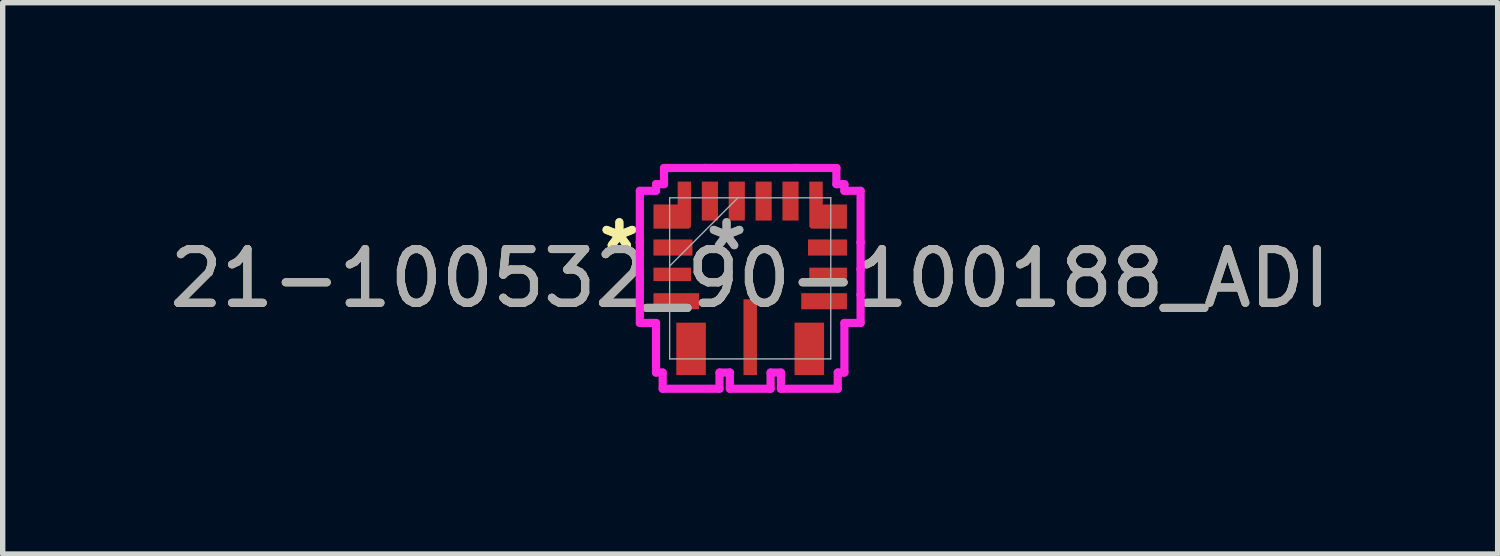
<source format=kicad_pcb>
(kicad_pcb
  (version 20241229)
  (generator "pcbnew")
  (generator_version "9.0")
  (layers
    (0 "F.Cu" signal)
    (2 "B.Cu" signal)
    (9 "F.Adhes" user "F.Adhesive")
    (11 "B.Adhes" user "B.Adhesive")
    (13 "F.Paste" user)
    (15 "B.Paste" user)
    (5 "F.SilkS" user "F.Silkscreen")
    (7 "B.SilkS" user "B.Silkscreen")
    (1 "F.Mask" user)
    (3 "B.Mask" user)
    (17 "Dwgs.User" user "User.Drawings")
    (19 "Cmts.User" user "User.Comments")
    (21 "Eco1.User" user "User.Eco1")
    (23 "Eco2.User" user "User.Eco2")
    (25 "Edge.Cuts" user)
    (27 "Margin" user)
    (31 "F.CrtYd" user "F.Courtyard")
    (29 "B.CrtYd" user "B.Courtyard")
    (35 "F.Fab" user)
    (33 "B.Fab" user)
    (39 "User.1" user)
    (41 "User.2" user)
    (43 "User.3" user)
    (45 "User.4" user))
  (footprint "21-100532_90-100188_ADI"
    (layer "F.Cu")
    (at 10.911 2.13)
    (property "Reference" "21-100532_90-100188_ADI" (at 0 0 0) (unlocked yes) (layer "F.SilkS") (effects (font (size 1 1) (thickness 0.15))))
    (attr smd)
    (fp_poly (pts (xy -1.1 -1.8) (xy -1.35 -1.8) (xy -1.35 -1.375) (xy -1.8 -1.375) (xy -1.8 -0.924) (xy -1.138 -0.924) (xy -1.1 -0.962)) (stroke (width 0) (type solid)) (fill yes) (layer "F.Cu"))
    (fp_poly (pts (xy 1.1 -1.8) (xy 1.35 -1.8) (xy 1.35 -1.375) (xy 1.8 -1.375) (xy 1.8 -0.924) (xy 1.138 -0.924) (xy 1.1 -0.962)) (stroke (width 0) (type solid)) (fill yes) (layer "F.Cu"))
    (fp_line (start -2.054 -1.629) (end -2.054 -0.67) (stroke (width 0.152) (type solid)) (layer "F.CrtYd"))
    (fp_line (start -2.054 -0.67) (end -2.054 -0.67) (stroke (width 0.152) (type solid)) (layer "F.CrtYd"))
    (fp_line (start -2.054 -0.67) (end -2.054 -0.453) (stroke (width 0.152) (type solid)) (layer "F.CrtYd"))
    (fp_line (start -2.054 -0.453) (end -2.054 -0.453) (stroke (width 0.152) (type solid)) (layer "F.CrtYd"))
    (fp_line (start -2.054 -0.453) (end -2.054 0.022) (stroke (width 0.152) (type solid)) (layer "F.CrtYd"))
    (fp_line (start -2.054 0.022) (end -2.054 0.022) (stroke (width 0.152) (type solid)) (layer "F.CrtYd"))
    (fp_line (start -2.054 0.022) (end -2.054 0.83) (stroke (width 0.152) (type solid)) (layer "F.CrtYd"))
    (fp_line (start -2.054 0.83) (end -1.753 0.83) (stroke (width 0.152) (type solid)) (layer "F.CrtYd"))
    (fp_line (start -1.753 -1.753) (end -1.753 -1.629) (stroke (width 0.152) (type solid)) (layer "F.CrtYd"))
    (fp_line (start -1.753 -1.629) (end -2.054 -1.629) (stroke (width 0.152) (type solid)) (layer "F.CrtYd"))
    (fp_line (start -1.753 0.83) (end -1.753 1.753) (stroke (width 0.152) (type solid)) (layer "F.CrtYd"))
    (fp_line (start -1.753 1.753) (end -1.629 1.753) (stroke (width 0.152) (type solid)) (layer "F.CrtYd"))
    (fp_line (start -1.629 1.753) (end -1.629 2.054) (stroke (width 0.152) (type solid)) (layer "F.CrtYd"))
    (fp_line (start -1.629 2.054) (end -0.571 2.054) (stroke (width 0.152) (type solid)) (layer "F.CrtYd"))
    (fp_line (start -1.604 -2.054) (end -1.604 -1.753) (stroke (width 0.152) (type solid)) (layer "F.CrtYd"))
    (fp_line (start -1.604 -1.753) (end -1.753 -1.753) (stroke (width 0.152) (type solid)) (layer "F.CrtYd"))
    (fp_line (start -0.846 -2.054) (end -0.846 -2.054) (stroke (width 0.152) (type solid)) (layer "F.CrtYd"))
    (fp_line (start -0.846 -2.054) (end -1.604 -2.054) (stroke (width 0.152) (type solid)) (layer "F.CrtYd"))
    (fp_line (start -0.571 1.753) (end -0.379 1.753) (stroke (width 0.152) (type solid)) (layer "F.CrtYd"))
    (fp_line (start -0.571 2.054) (end -0.571 1.753) (stroke (width 0.152) (type solid)) (layer "F.CrtYd"))
    (fp_line (start -0.379 1.753) (end -0.379 2.054) (stroke (width 0.152) (type solid)) (layer "F.CrtYd"))
    (fp_line (start -0.379 2.054) (end 0.379 2.054) (stroke (width 0.152) (type solid)) (layer "F.CrtYd"))
    (fp_line (start 0.379 1.753) (end 0.571 1.753) (stroke (width 0.152) (type solid)) (layer "F.CrtYd"))
    (fp_line (start 0.379 2.054) (end 0.379 1.753) (stroke (width 0.152) (type solid)) (layer "F.CrtYd"))
    (fp_line (start 0.571 1.753) (end 0.571 2.054) (stroke (width 0.152) (type solid)) (layer "F.CrtYd"))
    (fp_line (start 0.571 2.054) (end 1.629 2.054) (stroke (width 0.152) (type solid)) (layer "F.CrtYd"))
    (fp_line (start 0.846 -2.054) (end -0.846 -2.054) (stroke (width 0.152) (type solid)) (layer "F.CrtYd"))
    (fp_line (start 0.846 -2.054) (end 0.846 -2.054) (stroke (width 0.152) (type solid)) (layer "F.CrtYd"))
    (fp_line (start 1.604 -2.054) (end 0.846 -2.054) (stroke (width 0.152) (type solid)) (layer "F.CrtYd"))
    (fp_line (start 1.604 -1.753) (end 1.604 -2.054) (stroke (width 0.152) (type solid)) (layer "F.CrtYd"))
    (fp_line (start 1.629 1.753) (end 1.753 1.753) (stroke (width 0.152) (type solid)) (layer "F.CrtYd"))
    (fp_line (start 1.629 2.054) (end 1.629 1.753) (stroke (width 0.152) (type solid)) (layer "F.CrtYd"))
    (fp_line (start 1.753 -1.753) (end 1.604 -1.753) (stroke (width 0.152) (type solid)) (layer "F.CrtYd"))
    (fp_line (start 1.753 -1.629) (end 1.753 -1.753) (stroke (width 0.152) (type solid)) (layer "F.CrtYd"))
    (fp_line (start 1.753 0.83) (end 2.054 0.83) (stroke (width 0.152) (type solid)) (layer "F.CrtYd"))
    (fp_line (start 1.753 1.753) (end 1.753 0.83) (stroke (width 0.152) (type solid)) (layer "F.CrtYd"))
    (fp_line (start 2.054 -0.17) (end 2.054 -0.17) (stroke (width 0.152) (type solid)) (layer "F.CrtYd"))
    (fp_line (start 2.054 0.305) (end 2.054 -0.17) (stroke (width 0.152) (type solid)) (layer "F.CrtYd"))
    (fp_line (start 2.054 0.305) (end 2.054 0.305) (stroke (width 0.152) (type solid)) (layer "F.CrtYd"))
    (fp_line (start 2.054 0.83) (end 2.054 0.305) (stroke (width 0.152) (type solid)) (layer "F.CrtYd"))
    (fp_line (start 2.054 -0.67) (end 2.054 -0.67) (stroke (width 0.152) (type solid)) (layer "F.CrtYd"))
    (fp_line (start 2.054 -0.17) (end 2.054 -0.67) (stroke (width 0.152) (type solid)) (layer "F.CrtYd"))
    (fp_line (start 2.054 -1.629) (end 1.753 -1.629) (stroke (width 0.152) (type solid)) (layer "F.CrtYd"))
    (fp_line (start 2.054 -0.67) (end 2.054 -1.629) (stroke (width 0.152) (type solid)) (layer "F.CrtYd"))
    (fp_line (start -1.499 -1.499) (end -1.499 1.499) (stroke (width 0.025) (type solid)) (layer "F.Fab"))
    (fp_line (start -1.499 -0.229) (end -0.229 -1.499) (stroke (width 0.025) (type solid)) (layer "F.Fab"))
    (fp_line (start -1.499 1.499) (end 1.499 1.499) (stroke (width 0.025) (type solid)) (layer "F.Fab"))
    (fp_line (start 1.499 -1.499) (end -1.499 -1.499) (stroke (width 0.025) (type solid)) (layer "F.Fab"))
    (fp_line (start 1.499 1.499) (end 1.499 -1.499) (stroke (width 0.025) (type solid)) (layer "F.Fab"))
    (fp_text user "*" (at -2.435 -0.5 0) (layer "F.SilkS") (effects (font (size 1 1) (thickness 0.15))))
    (fp_text user "*" (at -2.435 -0.5 0) (unlocked yes) (layer "F.SilkS") (effects (font (size 1 1) (thickness 0.15))))
    (fp_text user "${REFERENCE}" (at 0 0 0) (unlocked yes) (layer "F.Fab") (effects (font (size 1 1) (thickness 0.15))))
    (fp_text user "*" (at -0.44 -0.5 0) (layer "F.Fab") (effects (font (size 1 1) (thickness 0.15))))
    (fp_text user "*" (at -0.44 -0.5 0) (unlocked yes) (layer "F.Fab") (effects (font (size 1 1) (thickness 0.15))))
    (pad "1" smd rect (at -1.438 -0.574) (size 0.725 0.3) (layers "F.Cu" "F.Mask" "F.Paste"))
    (pad "2" smd rect (at -1.45 -0.074) (size 0.7 0.25) (layers "F.Cu" "F.Mask" "F.Paste"))
    (pad "3" smd rect (at -1.375 0.426) (size 0.85 0.3) (layers "F.Cu" "F.Mask" "F.Paste"))
    (pad "4" smd rect (at -1.1 1.312) (size 0.55 0.975) (layers "F.Cu" "F.Mask" "F.Paste"))
    (pad "5" smd rect (at 0 1.095 90) (size 1.41 0.25) (layers "F.Cu" "F.Mask" "F.Paste"))
    (pad "6" smd rect (at 1.1 1.312) (size 0.55 0.975) (layers "F.Cu" "F.Mask" "F.Paste"))
    (pad "7" smd rect (at 1.375 0.426) (size 0.85 0.3) (layers "F.Cu" "F.Mask" "F.Paste"))
    (pad "8" smd rect (at 1.45 -0.074) (size 0.7 0.25) (layers "F.Cu" "F.Mask" "F.Paste"))
    (pad "9" smd rect (at 1.438 -0.574) (size 0.725 0.3) (layers "F.Cu" "F.Mask" "F.Paste"))
    (pad "10" smd rect (at 1.213 -1.45 90) (size 0.127 0.127) (layers "F.Cu" "F.Mask" "F.Paste"))
    (pad "11" smd rect (at 0.75 -1.438 90) (size 0.725 0.3) (layers "F.Cu" "F.Mask" "F.Paste"))
    (pad "12" smd rect (at 0.25 -1.438 90) (size 0.725 0.3) (layers "F.Cu" "F.Mask" "F.Paste"))
    (pad "13" smd rect (at -0.25 -1.438 90) (size 0.725 0.3) (layers "F.Cu" "F.Mask" "F.Paste"))
    (pad "14" smd rect (at -0.75 -1.438 90) (size 0.725 0.3) (layers "F.Cu" "F.Mask" "F.Paste"))
    (pad "15" smd rect (at -1.213 -1.45 90) (size 0.127 0.127) (layers "F.Cu" "F.Mask" "F.Paste")))
  (gr_rect
    (start -3 -3)
    (end 24.821 7.26)
    (stroke (width 0.1) (type default))
    (fill no)
    (layer "Edge.Cuts")))
</source>
